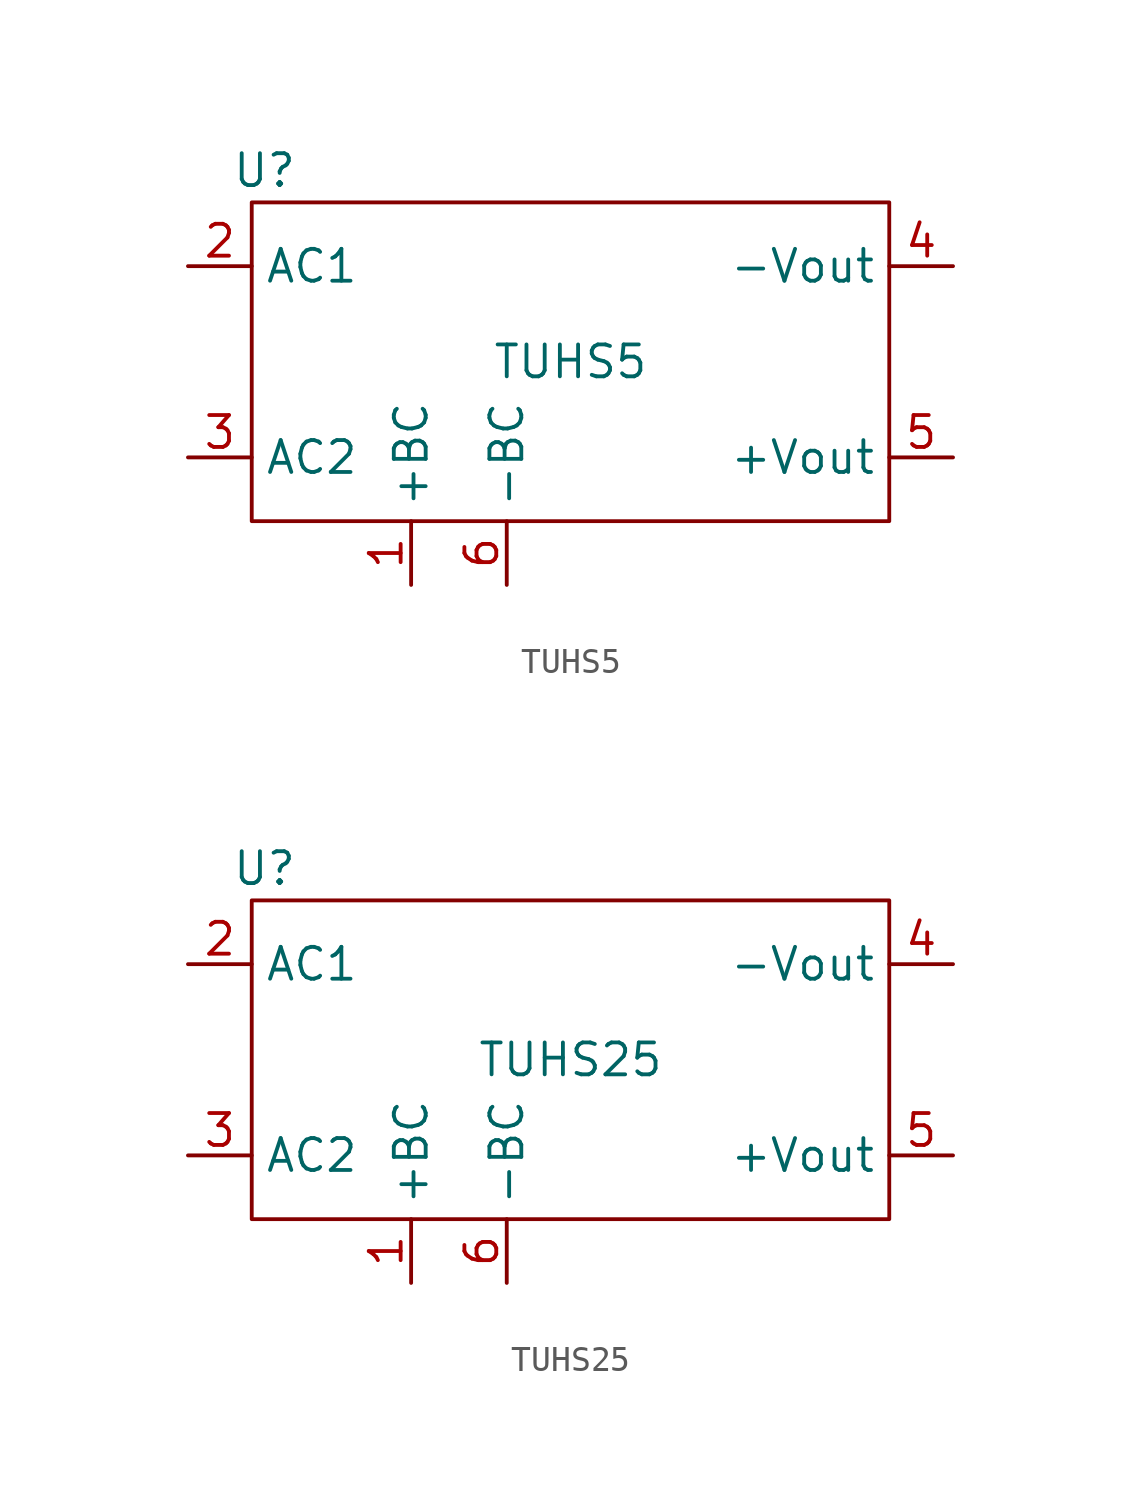
<source format=kicad_sym>
(kicad_symbol_lib
  (version 20231120)
  (generator "kicad_symbol_editor")
  (generator_version "8.0")
  (symbol "TUHS5"
    (property "Reference" "U"
      (at 3.048 3.81 0)
      (effects (font (size 1.27 1.27))))
    (property "Value" "TUHS5"
      (at 15.24 -3.81 0)
      (effects (font (size 1.27 1.27))))
    (symbol "TUHS5_1_1"
      (text_box "" (at 2.54 2.54 0) (size 25.4 -12.7) (stroke (width 0) (type default)) (fill (type color) (color 0 0 0 0)) (effects (font (size 1.27 1.27)) (justify left top)))
      (pin passive line (at 8.89 -12.7 90) (length 2.54) (name "+BC" (effects (font (size 1.27 1.27)))) (number "1" (effects (font (size 1.27 1.27)))))
      (pin power_in line (at 0 0 0) (length 2.54) (name "AC1" (effects (font (size 1.27 1.27)))) (number "2" (effects (font (size 1.27 1.27)))))
      (pin power_in line (at 0 -7.62 0) (length 2.54) (name "AC2" (effects (font (size 1.27 1.27)))) (number "3" (effects (font (size 1.27 1.27)))))
      (pin power_out line (at 30.48 0 180) (length 2.54) (name "-Vout" (effects (font (size 1.27 1.27)))) (number "4" (effects (font (size 1.27 1.27)))))
      (pin power_out line (at 30.48 -7.62 180) (length 2.54) (name "+Vout" (effects (font (size 1.27 1.27)))) (number "5" (effects (font (size 1.27 1.27)))))
      (pin passive line (at 12.7 -12.7 90) (length 2.54) (name "-BC" (effects (font (size 1.27 1.27)))) (number "6" (effects (font (size 1.27 1.27)))))))
  (symbol "TUHS25"
    (property "Reference" "U"
      (at 3.048 3.81 0)
      (effects (font (size 1.27 1.27))))
    (property "Value" "TUHS25"
      (at 15.24 -3.81 0)
      (effects (font (size 1.27 1.27))))
    (symbol "TUHS25_1_1"
      (text_box "" (at 2.54 2.54 0) (size 25.4 -12.7) (stroke (width 0) (type default)) (fill (type color) (color 0 0 0 0)) (effects (font (size 1.27 1.27)) (justify left top)))
      (pin passive line (at 8.89 -12.7 90) (length 2.54) (name "+BC" (effects (font (size 1.27 1.27)))) (number "1" (effects (font (size 1.27 1.27)))))
      (pin power_in line (at 0 0 0) (length 2.54) (name "AC1" (effects (font (size 1.27 1.27)))) (number "2" (effects (font (size 1.27 1.27)))))
      (pin power_in line (at 0 -7.62 0) (length 2.54) (name "AC2" (effects (font (size 1.27 1.27)))) (number "3" (effects (font (size 1.27 1.27)))))
      (pin power_out line (at 30.48 0 180) (length 2.54) (name "-Vout" (effects (font (size 1.27 1.27)))) (number "4" (effects (font (size 1.27 1.27)))))
      (pin power_out line (at 30.48 -7.62 180) (length 2.54) (name "+Vout" (effects (font (size 1.27 1.27)))) (number "5" (effects (font (size 1.27 1.27)))))
      (pin passive line (at 12.7 -12.7 90) (length 2.54) (name "-BC" (effects (font (size 1.27 1.27)))) (number "6" (effects (font (size 1.27 1.27))))))))
</source>
